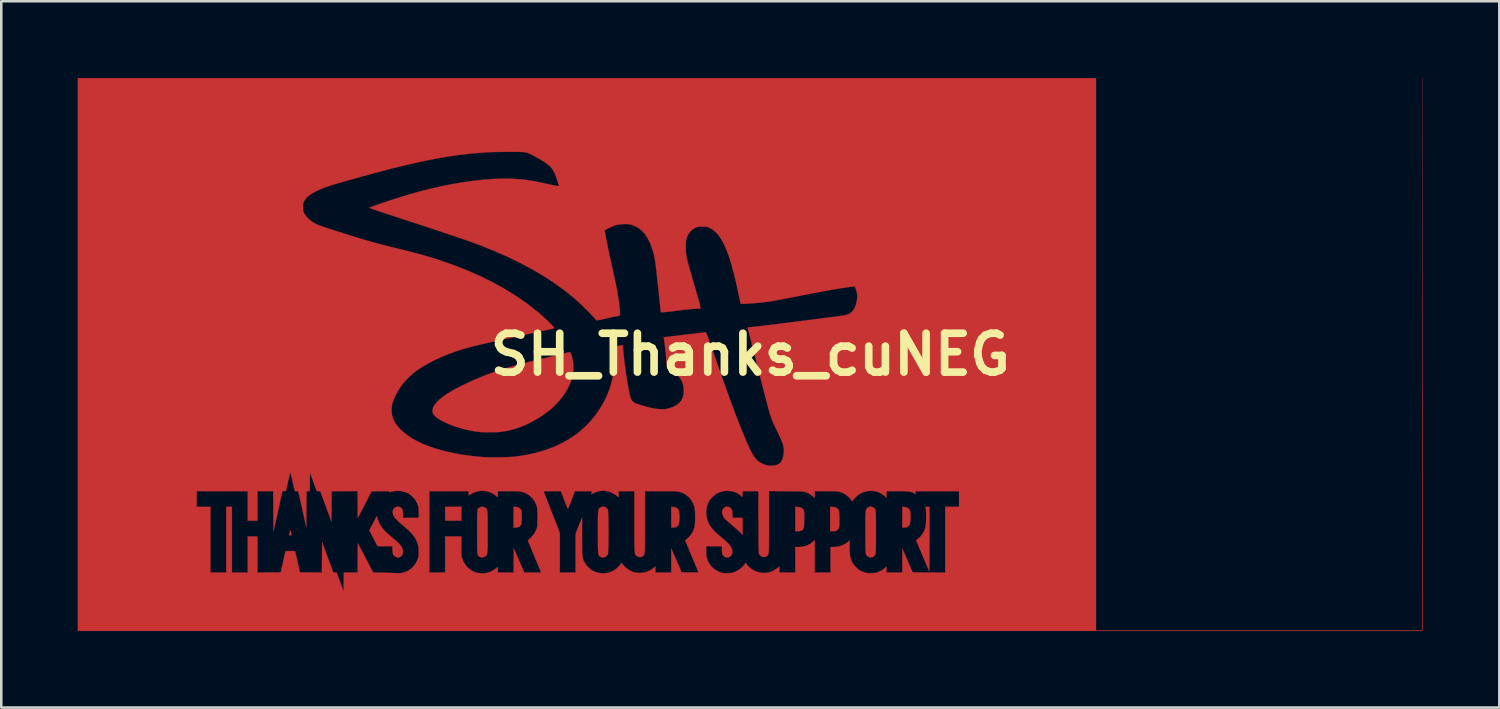
<source format=kicad_pcb>
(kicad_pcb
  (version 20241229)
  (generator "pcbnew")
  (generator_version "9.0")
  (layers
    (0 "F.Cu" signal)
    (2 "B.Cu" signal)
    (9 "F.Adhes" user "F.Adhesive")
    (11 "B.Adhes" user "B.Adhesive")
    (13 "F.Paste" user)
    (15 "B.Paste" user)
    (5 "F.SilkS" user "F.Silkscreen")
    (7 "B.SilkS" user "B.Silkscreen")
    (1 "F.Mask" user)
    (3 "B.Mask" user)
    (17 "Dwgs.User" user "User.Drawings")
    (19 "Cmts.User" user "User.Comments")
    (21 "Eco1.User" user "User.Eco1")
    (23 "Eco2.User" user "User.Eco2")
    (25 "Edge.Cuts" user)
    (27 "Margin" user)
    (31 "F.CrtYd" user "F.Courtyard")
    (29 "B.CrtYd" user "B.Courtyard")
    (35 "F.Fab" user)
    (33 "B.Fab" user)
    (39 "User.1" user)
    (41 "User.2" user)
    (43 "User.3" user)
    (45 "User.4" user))
  (footprint "SH_Thanks_cuNEG"
    (layer "F.Cu")
    (at 26.375 10.853)
    (property "Reference" "SH_Thanks_cuNEG" (at 0 0 0) (layer "F.SilkS") (effects (font (size 1.524 1.524) (thickness 0.3))))
    (attr through_hole)
    (fp_poly (pts (xy -11.323 6.012) (xy -11.326 6.04) (xy -11.329 6.094) (xy -11.332 6.165) (xy -11.333 6.249) (xy -11.333 6.282) (xy -11.333 6.517) (xy -11.969 6.517) (xy -11.969 5.976) (xy -11.313 5.976) (xy -11.323 6.012)) (stroke (width 0.01) (type solid)) (fill yes) (layer "F.Cu"))
    (fp_poly (pts (xy -18.038 6.899) (xy -18.026 6.925) (xy -18.016 6.962) (xy -18.001 7.024) (xy -17.996 7.062) (xy -18.001 7.081) (xy -18.018 7.088) (xy -18.041 7.089) (xy -18.074 7.087) (xy -18.088 7.08) (xy -18.088 7.08) (xy -18.085 7.059) (xy -18.076 7.018) (xy -18.065 6.97) (xy -18.053 6.926) (xy -18.045 6.898) (xy -18.038 6.899)) (stroke (width 0.01) (type solid)) (fill yes) (layer "F.Cu"))
    (fp_poly (pts (xy -3.011 5.98) (xy -2.925 5.997) (xy -2.861 6.036) (xy -2.813 6.097) (xy -2.809 6.105) (xy -2.795 6.151) (xy -2.786 6.221) (xy -2.78 6.306) (xy -2.779 6.398) (xy -2.782 6.49) (xy -2.789 6.572) (xy -2.8 6.638) (xy -2.812 6.673) (xy -2.859 6.735) (xy -2.925 6.773) (xy -3.01 6.787) (xy -3.019 6.787) (xy -3.099 6.787) (xy -3.099 5.973) (xy -3.011 5.98)) (stroke (width 0.01) (type solid)) (fill yes) (layer "F.Cu"))
    (fp_poly (pts (xy 6.049 5.98) (xy 6.135 5.997) (xy 6.199 6.036) (xy 6.247 6.097) (xy 6.251 6.105) (xy 6.265 6.152) (xy 6.275 6.223) (xy 6.28 6.309) (xy 6.281 6.402) (xy 6.277 6.493) (xy 6.269 6.575) (xy 6.257 6.64) (xy 6.247 6.667) (xy 6.202 6.732) (xy 6.142 6.771) (xy 6.061 6.787) (xy 6.042 6.787) (xy 5.961 6.787) (xy 5.961 5.973) (xy 6.049 5.98)) (stroke (width 0.01) (type solid)) (fill yes) (layer "F.Cu"))
    (fp_poly (pts (xy -9.13 5.988) (xy -9.058 6.02) (xy -9.004 6.068) (xy -8.993 6.085) (xy -8.98 6.123) (xy -8.971 6.185) (xy -8.965 6.264) (xy -8.962 6.353) (xy -8.963 6.444) (xy -8.966 6.53) (xy -8.973 6.604) (xy -8.982 6.658) (xy -8.989 6.677) (xy -9.037 6.736) (xy -9.106 6.773) (xy -9.193 6.787) (xy -9.199 6.787) (xy -9.283 6.787) (xy -9.283 5.976) (xy -9.21 5.976) (xy -9.13 5.988)) (stroke (width 0.01) (type solid)) (fill yes) (layer "F.Cu"))
    (fp_poly (pts (xy 1.856 5.977) (xy 1.949 5.988) (xy 2.022 6.024) (xy 2.078 6.084) (xy 2.082 6.092) (xy 2.093 6.112) (xy 2.102 6.136) (xy 2.107 6.168) (xy 2.111 6.213) (xy 2.113 6.276) (xy 2.114 6.362) (xy 2.114 6.45) (xy 2.113 6.573) (xy 2.11 6.669) (xy 2.104 6.742) (xy 2.094 6.796) (xy 2.079 6.836) (xy 2.059 6.865) (xy 2.031 6.888) (xy 2.016 6.898) (xy 1.964 6.92) (xy 1.897 6.929) (xy 1.864 6.93) (xy 1.764 6.93) (xy 1.764 5.976) (xy 1.856 5.977)) (stroke (width 0.01) (type solid)) (fill yes) (layer "F.Cu"))
    (fp_poly (pts (xy 3.223 5.976) (xy 3.321 5.988) (xy 3.397 6.022) (xy 3.452 6.08) (xy 3.457 6.088) (xy 3.469 6.111) (xy 3.477 6.139) (xy 3.484 6.176) (xy 3.488 6.227) (xy 3.491 6.298) (xy 3.494 6.394) (xy 3.494 6.423) (xy 3.496 6.546) (xy 3.494 6.643) (xy 3.488 6.716) (xy 3.478 6.772) (xy 3.462 6.815) (xy 3.44 6.849) (xy 3.411 6.879) (xy 3.409 6.881) (xy 3.376 6.907) (xy 3.345 6.922) (xy 3.305 6.929) (xy 3.245 6.93) (xy 3.242 6.93) (xy 3.131 6.93) (xy 3.131 5.976) (xy 3.223 5.976)) (stroke (width 0.01) (type solid)) (fill yes) (layer "F.Cu"))
    (fp_poly (pts (xy -14.615 6.447) (xy -14.582 6.542) (xy -14.545 6.629) (xy -14.5 6.711) (xy -14.445 6.791) (xy -14.376 6.872) (xy -14.292 6.959) (xy -14.189 7.054) (xy -14.064 7.161) (xy -13.953 7.252) (xy -13.837 7.353) (xy -13.748 7.445) (xy -13.684 7.53) (xy -13.644 7.612) (xy -13.624 7.694) (xy -13.622 7.736) (xy -13.634 7.818) (xy -13.668 7.884) (xy -13.719 7.932) (xy -13.78 7.958) (xy -13.848 7.959) (xy -13.918 7.932) (xy -13.926 7.927) (xy -13.976 7.883) (xy -14.01 7.828) (xy -14.029 7.755) (xy -14.035 7.659) (xy -14.035 7.649) (xy -14.035 7.518) (xy -14.618 7.518) (xy -14.779 7.209) (xy -14.94 6.899) (xy -14.795 6.618) (xy -14.649 6.338) (xy -14.615 6.447)) (stroke (width 0.01) (type solid)) (fill yes) (layer "F.Cu"))
    (fp_poly (pts (xy 7.026 7.24) (xy 7.025 7.437) (xy 7.025 7.625) (xy 7.025 7.801) (xy 7.025 7.963) (xy 7.024 8.108) (xy 7.023 8.235) (xy 7.023 8.339) (xy 7.022 8.42) (xy 7.021 8.475) (xy 7.02 8.502) (xy 7.02 8.504) (xy 7.013 8.49) (xy 6.995 8.449) (xy 6.967 8.385) (xy 6.931 8.302) (xy 6.888 8.201) (xy 6.839 8.085) (xy 6.786 7.959) (xy 6.76 7.896) (xy 6.505 7.288) (xy 6.547 7.257) (xy 6.651 7.164) (xy 6.743 7.051) (xy 6.816 6.925) (xy 6.866 6.794) (xy 6.881 6.724) (xy 6.888 6.664) (xy 6.893 6.582) (xy 6.896 6.484) (xy 6.897 6.379) (xy 6.896 6.275) (xy 6.894 6.18) (xy 6.89 6.102) (xy 6.884 6.052) (xy 6.872 5.976) (xy 7.026 5.976) (xy 7.026 7.24)) (stroke (width 0.01) (type solid)) (fill yes) (layer "F.Cu"))
    (fp_poly (pts (xy -0.857 5.971) (xy -0.814 5.992) (xy -0.763 6.032) (xy -0.728 6.081) (xy -0.708 6.145) (xy -0.7 6.231) (xy -0.699 6.267) (xy -0.699 6.406) (xy -0.302 6.406) (xy -0.302 6.739) (xy -0.302 6.839) (xy -0.303 6.926) (xy -0.304 6.997) (xy -0.306 7.047) (xy -0.307 7.072) (xy -0.308 7.073) (xy -0.32 7.062) (xy -0.347 7.033) (xy -0.375 6.999) (xy -0.405 6.967) (xy -0.455 6.919) (xy -0.521 6.859) (xy -0.598 6.792) (xy -0.68 6.722) (xy -0.706 6.7) (xy -0.788 6.631) (xy -0.865 6.564) (xy -0.931 6.504) (xy -0.982 6.455) (xy -1.014 6.42) (xy -1.021 6.412) (xy -1.078 6.312) (xy -1.106 6.22) (xy -1.106 6.137) (xy -1.078 6.066) (xy -1.022 6.007) (xy -0.982 5.983) (xy -0.919 5.963) (xy -0.857 5.971)) (stroke (width 0.01) (type solid)) (fill yes) (layer "F.Cu"))
    (fp_poly (pts (xy -5.72 5.974) (xy -5.656 6.006) (xy -5.604 6.061) (xy -5.585 6.098) (xy -5.58 6.127) (xy -5.575 6.184) (xy -5.571 6.265) (xy -5.568 6.366) (xy -5.565 6.485) (xy -5.563 6.616) (xy -5.562 6.756) (xy -5.561 6.901) (xy -5.561 7.048) (xy -5.562 7.193) (xy -5.563 7.332) (xy -5.565 7.461) (xy -5.568 7.576) (xy -5.572 7.674) (xy -5.576 7.751) (xy -5.581 7.803) (xy -5.585 7.825) (xy -5.628 7.892) (xy -5.686 7.938) (xy -5.754 7.959) (xy -5.824 7.955) (xy -5.878 7.93) (xy -5.899 7.916) (xy -5.916 7.903) (xy -5.931 7.888) (xy -5.943 7.868) (xy -5.953 7.841) (xy -5.961 7.804) (xy -5.967 7.754) (xy -5.971 7.69) (xy -5.974 7.608) (xy -5.975 7.505) (xy -5.976 7.38) (xy -5.976 7.229) (xy -5.976 7.05) (xy -5.976 6.961) (xy -5.977 6.769) (xy -5.976 6.606) (xy -5.976 6.47) (xy -5.975 6.358) (xy -5.972 6.267) (xy -5.968 6.195) (xy -5.963 6.139) (xy -5.956 6.097) (xy -5.946 6.066) (xy -5.934 6.044) (xy -5.919 6.027) (xy -5.9 6.014) (xy -5.878 6.002) (xy -5.862 5.992) (xy -5.791 5.969) (xy -5.72 5.974)) (stroke (width 0.01) (type solid)) (fill yes) (layer "F.Cu"))
    (fp_poly (pts (xy -10.45 5.976) (xy -10.387 6.011) (xy -10.368 6.026) (xy -10.352 6.042) (xy -10.339 6.06) (xy -10.329 6.084) (xy -10.32 6.116) (xy -10.313 6.159) (xy -10.308 6.216) (xy -10.305 6.288) (xy -10.302 6.38) (xy -10.301 6.492) (xy -10.3 6.629) (xy -10.3 6.793) (xy -10.3 6.965) (xy -10.3 7.156) (xy -10.3 7.317) (xy -10.301 7.451) (xy -10.302 7.562) (xy -10.305 7.652) (xy -10.309 7.723) (xy -10.315 7.778) (xy -10.323 7.82) (xy -10.333 7.851) (xy -10.346 7.874) (xy -10.362 7.892) (xy -10.381 7.908) (xy -10.403 7.923) (xy -10.41 7.927) (xy -10.481 7.958) (xy -10.553 7.957) (xy -10.613 7.932) (xy -10.634 7.919) (xy -10.652 7.907) (xy -10.667 7.892) (xy -10.68 7.872) (xy -10.689 7.844) (xy -10.697 7.807) (xy -10.703 7.757) (xy -10.707 7.692) (xy -10.71 7.609) (xy -10.712 7.506) (xy -10.713 7.38) (xy -10.713 7.228) (xy -10.713 7.048) (xy -10.713 6.961) (xy -10.713 6.768) (xy -10.713 6.605) (xy -10.712 6.468) (xy -10.711 6.355) (xy -10.709 6.263) (xy -10.705 6.191) (xy -10.699 6.135) (xy -10.692 6.092) (xy -10.682 6.061) (xy -10.669 6.039) (xy -10.654 6.022) (xy -10.635 6.01) (xy -10.612 5.998) (xy -10.596 5.989) (xy -10.522 5.967) (xy -10.45 5.976)) (stroke (width 0.01) (type solid)) (fill yes) (layer "F.Cu"))
    (fp_poly (pts (xy 4.813 5.992) (xy 4.837 6.006) (xy 4.858 6.018) (xy 4.875 6.032) (xy 4.889 6.05) (xy 4.9 6.075) (xy 4.909 6.11) (xy 4.916 6.156) (xy 4.921 6.217) (xy 4.924 6.295) (xy 4.926 6.392) (xy 4.927 6.512) (xy 4.927 6.657) (xy 4.927 6.83) (xy 4.927 6.961) (xy 4.927 7.154) (xy 4.927 7.317) (xy 4.927 7.453) (xy 4.925 7.566) (xy 4.923 7.657) (xy 4.919 7.729) (xy 4.914 7.785) (xy 4.908 7.827) (xy 4.899 7.858) (xy 4.887 7.881) (xy 4.873 7.898) (xy 4.857 7.911) (xy 4.837 7.924) (xy 4.827 7.93) (xy 4.755 7.959) (xy 4.686 7.956) (xy 4.624 7.927) (xy 4.6 7.912) (xy 4.58 7.896) (xy 4.564 7.879) (xy 4.55 7.858) (xy 4.54 7.829) (xy 4.531 7.79) (xy 4.525 7.738) (xy 4.52 7.671) (xy 4.517 7.587) (xy 4.515 7.481) (xy 4.515 7.353) (xy 4.514 7.199) (xy 4.514 7.016) (xy 4.514 6.965) (xy 4.514 6.775) (xy 4.514 6.614) (xy 4.515 6.48) (xy 4.517 6.369) (xy 4.519 6.28) (xy 4.523 6.209) (xy 4.528 6.154) (xy 4.535 6.112) (xy 4.544 6.081) (xy 4.555 6.058) (xy 4.568 6.04) (xy 4.584 6.025) (xy 4.601 6.011) (xy 4.67 5.973) (xy 4.741 5.967) (xy 4.813 5.992)) (stroke (width 0.01) (type solid)) (fill yes) (layer "F.Cu"))
    (fp_poly (pts (xy -7.058 -0.08) (xy -7.037 -0.039) (xy -7.015 0.024) (xy -6.993 0.103) (xy -6.973 0.193) (xy -6.956 0.289) (xy -6.946 0.361) (xy -6.937 0.559) (xy -6.959 0.762) (xy -7.008 0.968) (xy -7.085 1.176) (xy -7.188 1.382) (xy -7.315 1.585) (xy -7.466 1.782) (xy -7.639 1.971) (xy -7.833 2.15) (xy -7.983 2.27) (xy -8.28 2.476) (xy -8.584 2.651) (xy -8.892 2.796) (xy -9.205 2.909) (xy -9.523 2.991) (xy -9.791 3.035) (xy -9.848 3.04) (xy -9.93 3.044) (xy -10.03 3.047) (xy -10.14 3.048) (xy -10.254 3.049) (xy -10.365 3.048) (xy -10.465 3.047) (xy -10.547 3.044) (xy -10.594 3.041) (xy -10.752 3.021) (xy -10.929 2.99) (xy -11.115 2.951) (xy -11.301 2.906) (xy -11.475 2.856) (xy -11.62 2.808) (xy -11.821 2.731) (xy -11.996 2.652) (xy -12.145 2.574) (xy -12.267 2.496) (xy -12.361 2.42) (xy -12.424 2.345) (xy -12.458 2.274) (xy -12.464 2.184) (xy -12.441 2.089) (xy -12.387 1.988) (xy -12.306 1.883) (xy -12.197 1.774) (xy -12.061 1.662) (xy -11.899 1.548) (xy -11.712 1.433) (xy -11.501 1.317) (xy -11.467 1.3) (xy -11.175 1.156) (xy -10.887 1.022) (xy -10.6 0.899) (xy -10.31 0.784) (xy -10.013 0.676) (xy -9.704 0.574) (xy -9.38 0.476) (xy -9.036 0.38) (xy -8.668 0.286) (xy -8.273 0.193) (xy -8.265 0.191) (xy -8.142 0.162) (xy -7.998 0.128) (xy -7.844 0.091) (xy -7.69 0.054) (xy -7.547 0.019) (xy -7.499 0.007) (xy -7.389 -0.021) (xy -7.29 -0.045) (xy -7.204 -0.066) (xy -7.137 -0.082) (xy -7.093 -0.092) (xy -7.075 -0.095) (xy -7.058 -0.08)) (stroke (width 0.01) (type solid)) (fill yes) (layer "F.Cu"))
    (fp_poly (pts (xy 26.366 -0.004) (xy 26.37 10.84) (xy -26.37 10.84) (xy -26.37 5.357) (xy -21.712 5.357) (xy -21.712 5.976) (xy -21.172 5.976) (xy -21.172 8.551) (xy -20.552 8.551) (xy -20.552 5.976) (xy -20.33 5.976) (xy -20.33 8.551) (xy -19.71 8.551) (xy -19.71 7.137) (xy -19.328 7.137) (xy -19.328 8.552) (xy -18.872 8.548) (xy -18.415 8.543) (xy -18.355 8.273) (xy -18.332 8.171) (xy -18.309 8.067) (xy -18.287 7.97) (xy -18.269 7.89) (xy -18.261 7.856) (xy -18.227 7.709) (xy -18.039 7.709) (xy -17.965 7.709) (xy -17.905 7.71) (xy -17.865 7.711) (xy -17.849 7.713) (xy -17.849 7.713) (xy -17.846 7.729) (xy -17.837 7.772) (xy -17.822 7.838) (xy -17.803 7.922) (xy -17.781 8.021) (xy -17.757 8.13) (xy -17.665 8.543) (xy -17.233 8.548) (xy -16.801 8.552) (xy -16.793 7.362) (xy -16.576 7.953) (xy -16.36 8.543) (xy -16.29 8.548) (xy -16.221 8.553) (xy -16.086 8.923) (xy -15.95 9.294) (xy -15.946 8.923) (xy -15.942 8.551) (xy -15.403 8.551) (xy -15.394 7.399) (xy -15.092 7.974) (xy -14.791 8.549) (xy -14.385 8.558) (xy -14.267 8.561) (xy -14.152 8.564) (xy -14.046 8.568) (xy -13.956 8.571) (xy -13.888 8.574) (xy -13.857 8.576) (xy -13.726 8.577) (xy -13.606 8.556) (xy -13.484 8.511) (xy -13.447 8.494) (xy -13.318 8.412) (xy -13.206 8.305) (xy -13.114 8.179) (xy -13.046 8.036) (xy -13.027 7.98) (xy -13.012 7.904) (xy -13.004 7.808) (xy -13.003 7.703) (xy -13.009 7.599) (xy -13.022 7.51) (xy -13.025 7.494) (xy -13.066 7.36) (xy -13.125 7.234) (xy -13.204 7.111) (xy -13.307 6.988) (xy -13.435 6.862) (xy -13.574 6.743) (xy -13.695 6.642) (xy -13.793 6.557) (xy -13.869 6.483) (xy -13.927 6.419) (xy -13.969 6.36) (xy -13.999 6.304) (xy -14.017 6.247) (xy -14.02 6.237) (xy -14.026 6.151) (xy -14.005 6.078) (xy -13.954 6.017) (xy -13.884 5.976) (xy -13.811 5.966) (xy -13.741 5.986) (xy -13.69 6.017) (xy -13.655 6.057) (xy -13.634 6.112) (xy -13.624 6.188) (xy -13.622 6.259) (xy -13.622 6.406) (xy -13.002 6.406) (xy -13.002 6.219) (xy -13.004 6.137) (xy -13.008 6.059) (xy -13.014 5.995) (xy -13.019 5.961) (xy -13.063 5.835) (xy -13.132 5.712) (xy -13.222 5.599) (xy -13.326 5.503) (xy -13.425 5.44) (xy -13.573 5.379) (xy -13.683 5.357) (xy -12.589 5.357) (xy -12.589 8.551) (xy -11.969 8.551) (xy -11.969 7.137) (xy -11.333 7.137) (xy -11.333 7.515) (xy -11.333 7.645) (xy -11.331 7.748) (xy -11.328 7.828) (xy -11.324 7.889) (xy -11.318 7.936) (xy -11.31 7.974) (xy -11.308 7.98) (xy -11.249 8.128) (xy -11.165 8.261) (xy -11.059 8.376) (xy -10.934 8.468) (xy -10.796 8.536) (xy -10.727 8.558) (xy -10.634 8.575) (xy -10.526 8.581) (xy -10.416 8.578) (xy -10.328 8.566) (xy -10.194 8.523) (xy -10.064 8.453) (xy -9.988 8.398) (xy -9.903 8.329) (xy -9.903 8.551) (xy -9.283 8.551) (xy -9.279 8.076) (xy -9.275 7.601) (xy -9.07 8.076) (xy -8.865 8.551) (xy -8.203 8.551) (xy -8.216 8.516) (xy -8.225 8.494) (xy -8.245 8.445) (xy -8.275 8.375) (xy -8.312 8.285) (xy -8.356 8.179) (xy -8.406 8.06) (xy -8.459 7.932) (xy -8.478 7.888) (xy -8.725 7.296) (xy -8.599 7.172) (xy -8.499 7.06) (xy -8.427 6.948) (xy -8.378 6.83) (xy -8.36 6.759) (xy -8.353 6.708) (xy -8.349 6.629) (xy -8.347 6.524) (xy -8.347 6.398) (xy -8.348 6.329) (xy -8.35 6.214) (xy -8.353 6.125) (xy -8.356 6.057) (xy -8.361 6.006) (xy -8.368 5.966) (xy -8.376 5.932) (xy -8.388 5.899) (xy -8.391 5.892) (xy -8.465 5.745) (xy -8.563 5.618) (xy -8.682 5.514) (xy -8.819 5.434) (xy -8.972 5.381) (xy -9.018 5.371) (xy -9.056 5.367) (xy -9.119 5.364) (xy -9.155 5.362) (xy -8.106 5.362) (xy -8.101 5.378) (xy -8.085 5.42) (xy -8.059 5.487) (xy -8.025 5.575) (xy -7.983 5.682) (xy -7.936 5.805) (xy -7.882 5.941) (xy -7.825 6.088) (xy -7.788 6.182) (xy -7.471 6.995) (xy -7.471 8.551) (xy -6.851 8.551) (xy -6.851 7.027) (xy -6.724 6.705) (xy -6.597 6.382) (xy -6.597 7.129) (xy -6.597 7.315) (xy -6.596 7.472) (xy -6.595 7.604) (xy -6.593 7.713) (xy -6.589 7.802) (xy -6.584 7.876) (xy -6.577 7.936) (xy -6.568 7.986) (xy -6.556 8.029) (xy -6.542 8.068) (xy -6.525 8.106) (xy -6.504 8.146) (xy -6.497 8.158) (xy -6.44 8.246) (xy -6.362 8.335) (xy -6.275 8.415) (xy -6.188 8.476) (xy -6.18 8.48) (xy -6.038 8.541) (xy -5.884 8.575) (xy -5.726 8.582) (xy -5.592 8.566) (xy -5.465 8.525) (xy -5.339 8.46) (xy -5.223 8.374) (xy -5.126 8.276) (xy -5.096 8.235) (xy -5.051 8.171) (xy -4.991 8.247) (xy -4.878 8.366) (xy -4.748 8.459) (xy -4.603 8.524) (xy -4.447 8.56) (xy -4.331 8.567) (xy -4.182 8.555) (xy -4.044 8.518) (xy -3.912 8.452) (xy -3.811 8.382) (xy -3.719 8.311) (xy -3.719 8.551) (xy -3.099 8.551) (xy -3.099 8.079) (xy -3.099 7.606) (xy -2.896 8.075) (xy -2.693 8.543) (xy -2.364 8.548) (xy -2.265 8.549) (xy -2.179 8.548) (xy -2.108 8.547) (xy -2.059 8.544) (xy -2.036 8.541) (xy -2.035 8.54) (xy -2.041 8.523) (xy -2.058 8.48) (xy -2.084 8.414) (xy -2.12 8.328) (xy -2.162 8.225) (xy -2.211 8.108) (xy -2.264 7.98) (xy -2.295 7.908) (xy -2.458 7.518) (xy -1.733 7.518) (xy -1.733 7.698) (xy -1.73 7.803) (xy -1.721 7.897) (xy -1.709 7.968) (xy -1.708 7.971) (xy -1.654 8.117) (xy -1.574 8.25) (xy -1.47 8.366) (xy -1.348 8.461) (xy -1.209 8.531) (xy -1.127 8.558) (xy -1.038 8.574) (xy -0.934 8.581) (xy -0.828 8.579) (xy -0.733 8.567) (xy -0.701 8.56) (xy -0.581 8.516) (xy -0.463 8.452) (xy -0.355 8.373) (xy -0.266 8.285) (xy -0.22 8.222) (xy -0.185 8.165) (xy -0.161 8.203) (xy -0.118 8.259) (xy -0.056 8.322) (xy 0.015 8.384) (xy 0.086 8.438) (xy 0.141 8.471) (xy 0.298 8.533) (xy 0.456 8.565) (xy 0.613 8.565) (xy 0.767 8.534) (xy 0.916 8.473) (xy 1.058 8.381) (xy 1.062 8.377) (xy 1.144 8.312) (xy 1.144 8.551) (xy 1.764 8.551) (xy 1.764 7.55) (xy 1.895 7.55) (xy 2.062 7.536) (xy 2.214 7.493) (xy 2.351 7.423) (xy 2.447 7.349) (xy 2.527 7.277) (xy 2.527 8.551) (xy 3.147 8.551) (xy 3.147 7.55) (xy 3.271 7.55) (xy 3.434 7.535) (xy 3.589 7.491) (xy 3.732 7.42) (xy 3.83 7.348) (xy 3.894 7.293) (xy 3.895 7.561) (xy 3.897 7.702) (xy 3.903 7.817) (xy 3.915 7.913) (xy 3.933 7.996) (xy 3.959 8.071) (xy 3.99 8.14) (xy 4.043 8.224) (xy 4.115 8.311) (xy 4.198 8.392) (xy 4.283 8.458) (xy 4.339 8.492) (xy 4.489 8.549) (xy 4.642 8.578) (xy 4.796 8.58) (xy 4.946 8.555) (xy 5.087 8.503) (xy 5.215 8.425) (xy 5.273 8.377) (xy 5.341 8.314) (xy 5.341 8.551) (xy 5.961 8.551) (xy 5.961 8.079) (xy 5.961 7.606) (xy 6.164 8.075) (xy 6.366 8.543) (xy 7.006 8.548) (xy 7.645 8.552) (xy 7.645 5.976) (xy 8.186 5.976) (xy 8.186 5.357) (xy 6.485 5.357) (xy 6.485 5.468) (xy 6.422 5.436) (xy 6.372 5.413) (xy 6.321 5.395) (xy 6.262 5.381) (xy 6.192 5.371) (xy 6.108 5.364) (xy 6.003 5.36) (xy 5.875 5.357) (xy 5.75 5.357) (xy 5.341 5.357) (xy 5.341 5.617) (xy 5.281 5.56) (xy 5.161 5.466) (xy 5.028 5.399) (xy 4.887 5.358) (xy 4.741 5.343) (xy 4.594 5.354) (xy 4.451 5.39) (xy 4.316 5.451) (xy 4.192 5.537) (xy 4.084 5.647) (xy 4.073 5.66) (xy 3.999 5.756) (xy 3.968 5.711) (xy 3.912 5.644) (xy 3.839 5.573) (xy 3.758 5.508) (xy 3.681 5.458) (xy 3.676 5.456) (xy 3.622 5.428) (xy 3.569 5.406) (xy 3.513 5.389) (xy 3.45 5.377) (xy 3.376 5.368) (xy 3.286 5.362) (xy 3.175 5.358) (xy 3.04 5.357) (xy 2.952 5.357) (xy 2.527 5.357) (xy 2.527 5.633) (xy 2.468 5.576) (xy 2.373 5.5) (xy 2.261 5.436) (xy 2.186 5.403) (xy 2.162 5.394) (xy 2.139 5.386) (xy 2.114 5.38) (xy 2.084 5.375) (xy 2.045 5.371) (xy 1.994 5.368) (xy 1.928 5.366) (xy 1.844 5.364) (xy 1.738 5.363) (xy 1.608 5.361) (xy 1.45 5.36) (xy 1.411 5.36) (xy 0.731 5.355) (xy 0.731 6.572) (xy 0.731 6.804) (xy 0.731 7.006) (xy 0.731 7.181) (xy 0.73 7.33) (xy 0.729 7.456) (xy 0.727 7.561) (xy 0.725 7.646) (xy 0.721 7.715) (xy 0.716 7.769) (xy 0.71 7.811) (xy 0.703 7.842) (xy 0.693 7.864) (xy 0.682 7.88) (xy 0.669 7.893) (xy 0.654 7.903) (xy 0.637 7.913) (xy 0.631 7.916) (xy 0.561 7.942) (xy 0.488 7.939) (xy 0.42 7.909) (xy 0.363 7.854) (xy 0.355 7.842) (xy 0.349 7.832) (xy 0.345 7.819) (xy 0.341 7.801) (xy 0.337 7.775) (xy 0.334 7.739) (xy 0.332 7.692) (xy 0.33 7.63) (xy 0.328 7.553) (xy 0.326 7.456) (xy 0.325 7.34) (xy 0.324 7.2) (xy 0.323 7.036) (xy 0.322 6.845) (xy 0.322 6.624) (xy 0.321 6.577) (xy 0.317 5.357) (xy -0.301 5.357) (xy -0.305 5.471) (xy -0.31 5.585) (xy -0.366 5.537) (xy -0.492 5.448) (xy -0.631 5.386) (xy -0.778 5.352) (xy -0.928 5.344) (xy -1.077 5.362) (xy -1.221 5.408) (xy -1.357 5.479) (xy -1.479 5.577) (xy -1.488 5.586) (xy -1.591 5.709) (xy -1.665 5.842) (xy -1.711 5.989) (xy -1.729 6.15) (xy -1.728 6.239) (xy -1.714 6.371) (xy -1.685 6.493) (xy -1.639 6.61) (xy -1.574 6.723) (xy -1.487 6.838) (xy -1.377 6.956) (xy -1.241 7.081) (xy -1.129 7.176) (xy -1.009 7.277) (xy -0.913 7.364) (xy -0.838 7.44) (xy -0.783 7.509) (xy -0.744 7.573) (xy -0.719 7.636) (xy -0.705 7.702) (xy -0.705 7.708) (xy -0.707 7.791) (xy -0.733 7.86) (xy -0.777 7.913) (xy -0.833 7.947) (xy -0.897 7.961) (xy -0.963 7.952) (xy -1.027 7.919) (xy -1.082 7.859) (xy -1.082 7.858) (xy -1.098 7.828) (xy -1.107 7.788) (xy -1.111 7.732) (xy -1.113 7.665) (xy -1.113 7.518) (xy -1.733 7.518) (xy -2.458 7.518) (xy -2.555 7.288) (xy -2.513 7.257) (xy -2.405 7.161) (xy -2.312 7.046) (xy -2.239 6.918) (xy -2.191 6.786) (xy -2.185 6.76) (xy -2.175 6.69) (xy -2.168 6.597) (xy -2.163 6.489) (xy -2.162 6.373) (xy -2.164 6.258) (xy -2.168 6.152) (xy -2.176 6.062) (xy -2.185 6.006) (xy -2.23 5.863) (xy -2.301 5.729) (xy -2.395 5.611) (xy -2.506 5.513) (xy -2.588 5.462) (xy -2.637 5.437) (xy -2.683 5.417) (xy -2.728 5.4) (xy -2.777 5.387) (xy -2.834 5.376) (xy -2.901 5.369) (xy -2.982 5.363) (xy -3.081 5.36) (xy -3.201 5.358) (xy -3.346 5.357) (xy -3.517 5.357) (xy -4.133 5.357) (xy -4.133 6.573) (xy -4.133 6.805) (xy -4.133 7.007) (xy -4.133 7.182) (xy -4.133 7.331) (xy -4.135 7.456) (xy -4.136 7.561) (xy -4.139 7.647) (xy -4.143 7.716) (xy -4.148 7.77) (xy -4.154 7.811) (xy -4.161 7.842) (xy -4.171 7.864) (xy -4.182 7.88) (xy -4.195 7.893) (xy -4.21 7.903) (xy -4.227 7.913) (xy -4.233 7.916) (xy -4.305 7.944) (xy -4.377 7.939) (xy -4.436 7.911) (xy -4.456 7.898) (xy -4.473 7.887) (xy -4.488 7.874) (xy -4.501 7.858) (xy -4.512 7.837) (xy -4.521 7.808) (xy -4.528 7.77) (xy -4.533 7.72) (xy -4.538 7.656) (xy -4.541 7.576) (xy -4.543 7.478) (xy -4.545 7.359) (xy -4.546 7.218) (xy -4.546 7.052) (xy -4.546 6.86) (xy -4.546 6.638) (xy -4.546 6.561) (xy -4.546 5.357) (xy -5.166 5.357) (xy -5.166 5.596) (xy -5.248 5.531) (xy -5.389 5.438) (xy -5.536 5.376) (xy -5.688 5.345) (xy -5.843 5.345) (xy -6 5.377) (xy -6.13 5.427) (xy -6.244 5.481) (xy -6.222 5.419) (xy -6.2 5.357) (xy -6.877 5.357) (xy -7.01 5.699) (xy -7.048 5.797) (xy -7.082 5.884) (xy -7.112 5.957) (xy -7.135 6.011) (xy -7.149 6.042) (xy -7.152 6.048) (xy -7.161 6.036) (xy -7.179 5.998) (xy -7.204 5.938) (xy -7.236 5.86) (xy -7.272 5.769) (xy -7.297 5.706) (xy -7.43 5.357) (xy -7.768 5.357) (xy -7.868 5.357) (xy -7.956 5.358) (xy -8.028 5.359) (xy -8.079 5.36) (xy -8.104 5.362) (xy -8.106 5.362) (xy -9.155 5.362) (xy -9.204 5.361) (xy -9.305 5.358) (xy -9.416 5.357) (xy -9.499 5.357) (xy -9.903 5.357) (xy -9.903 5.596) (xy -9.985 5.531) (xy -10.124 5.44) (xy -10.271 5.379) (xy -10.424 5.347) (xy -10.579 5.345) (xy -10.733 5.374) (xy -10.883 5.433) (xy -10.963 5.478) (xy -11.047 5.531) (xy -11.047 5.357) (xy -12.589 5.357) (xy -13.683 5.357) (xy -13.727 5.348) (xy -13.888 5.347) (xy -14.057 5.377) (xy -14.127 5.397) (xy -14.152 5.401) (xy -14.155 5.389) (xy -14.153 5.382) (xy -14.152 5.374) (xy -14.159 5.367) (xy -14.178 5.363) (xy -14.212 5.36) (xy -14.265 5.359) (xy -14.341 5.359) (xy -14.444 5.36) (xy -14.497 5.36) (xy -14.852 5.365) (xy -15.123 5.889) (xy -15.394 6.413) (xy -15.403 5.357) (xy -16.419 5.357) (xy -16.423 5.953) (xy -16.427 6.55) (xy -16.601 6.077) (xy -16.646 5.954) (xy -16.689 5.835) (xy -16.73 5.724) (xy -16.766 5.627) (xy -16.795 5.548) (xy -16.816 5.493) (xy -16.821 5.48) (xy -16.867 5.357) (xy -17.002 5.357) (xy -17.136 4.991) (xy -17.27 4.626) (xy -17.278 5.357) (xy -17.405 5.357) (xy -17.409 6.067) (xy -17.413 6.777) (xy -17.57 6.067) (xy -17.728 5.357) (xy -17.796 5.357) (xy -17.818 5.357) (xy -17.835 5.357) (xy -17.848 5.353) (xy -17.86 5.341) (xy -17.871 5.319) (xy -17.883 5.282) (xy -17.897 5.227) (xy -17.914 5.152) (xy -17.936 5.052) (xy -17.963 4.931) (xy -17.984 4.838) (xy -18.003 4.756) (xy -18.02 4.69) (xy -18.032 4.645) (xy -18.04 4.626) (xy -18.04 4.625) (xy -18.046 4.64) (xy -18.058 4.682) (xy -18.074 4.746) (xy -18.094 4.828) (xy -18.116 4.924) (xy -18.13 4.987) (xy -18.209 5.349) (xy -18.28 5.353) (xy -18.351 5.358) (xy -18.525 6.147) (xy -18.7 6.937) (xy -18.704 6.147) (xy -18.709 5.357) (xy -19.328 5.357) (xy -19.328 6.517) (xy -19.71 6.517) (xy -19.71 5.357) (xy -21.712 5.357) (xy -26.37 5.357) (xy -26.37 -5.778) (xy -17.54 -5.778) (xy -17.539 -5.702) (xy -17.535 -5.648) (xy -17.527 -5.606) (xy -17.512 -5.567) (xy -17.495 -5.533) (xy -17.421 -5.423) (xy -17.322 -5.317) (xy -17.202 -5.22) (xy -17.067 -5.136) (xy -16.926 -5.072) (xy -16.87 -5.051) (xy -16.786 -5.022) (xy -16.673 -4.985) (xy -16.532 -4.938) (xy -16.361 -4.883) (xy -16.161 -4.819) (xy -15.932 -4.746) (xy -15.672 -4.663) (xy -15.593 -4.638) (xy -15.427 -4.587) (xy -15.242 -4.531) (xy -15.047 -4.474) (xy -14.848 -4.418) (xy -14.653 -4.363) (xy -14.469 -4.313) (xy -14.303 -4.269) (xy -14.206 -4.245) (xy -14.093 -4.217) (xy -13.958 -4.184) (xy -13.813 -4.149) (xy -13.667 -4.113) (xy -13.529 -4.08) (xy -13.487 -4.069) (xy -12.87 -3.908) (xy -12.274 -3.729) (xy -11.701 -3.532) (xy -11.151 -3.319) (xy -10.625 -3.089) (xy -10.123 -2.843) (xy -9.647 -2.581) (xy -9.196 -2.303) (xy -8.772 -2.01) (xy -8.376 -1.702) (xy -8.281 -1.623) (xy -8.196 -1.549) (xy -8.108 -1.47) (xy -8.021 -1.389) (xy -7.938 -1.311) (xy -7.861 -1.236) (xy -7.795 -1.169) (xy -7.742 -1.113) (xy -7.705 -1.07) (xy -7.686 -1.043) (xy -7.686 -1.036) (xy -7.708 -1.026) (xy -7.752 -1.013) (xy -7.811 -0.999) (xy -7.828 -0.995) (xy -8.2 -0.914) (xy -8.542 -0.841) (xy -8.857 -0.773) (xy -9.144 -0.71) (xy -9.407 -0.653) (xy -9.646 -0.601) (xy -9.863 -0.553) (xy -10.059 -0.509) (xy -10.237 -0.469) (xy -10.397 -0.433) (xy -10.541 -0.4) (xy -10.671 -0.369) (xy -10.788 -0.341) (xy -10.893 -0.315) (xy -10.988 -0.291) (xy -11.075 -0.267) (xy -11.155 -0.245) (xy -11.23 -0.224) (xy -11.301 -0.202) (xy -11.369 -0.181) (xy -11.437 -0.159) (xy -11.505 -0.136) (xy -11.575 -0.112) (xy -11.579 -0.111) (xy -11.856 -0.01) (xy -12.129 0.104) (xy -12.392 0.226) (xy -12.641 0.355) (xy -12.87 0.488) (xy -13.072 0.622) (xy -13.085 0.631) (xy -13.19 0.712) (xy -13.303 0.811) (xy -13.417 0.918) (xy -13.522 1.027) (xy -13.612 1.129) (xy -13.632 1.154) (xy -13.733 1.295) (xy -13.828 1.446) (xy -13.911 1.601) (xy -13.979 1.751) (xy -14.029 1.891) (xy -14.044 1.947) (xy -14.059 2.042) (xy -14.066 2.153) (xy -14.063 2.266) (xy -14.052 2.369) (xy -14.042 2.42) (xy -13.996 2.554) (xy -13.929 2.683) (xy -13.839 2.809) (xy -13.723 2.935) (xy -13.58 3.064) (xy -13.471 3.15) (xy -13.276 3.282) (xy -13.053 3.406) (xy -12.803 3.522) (xy -12.529 3.627) (xy -12.233 3.722) (xy -11.917 3.807) (xy -11.583 3.879) (xy -11.234 3.94) (xy -10.871 3.987) (xy -10.497 4.022) (xy -10.483 4.023) (xy -10.357 4.029) (xy -10.212 4.033) (xy -10.052 4.035) (xy -9.885 4.034) (xy -9.717 4.031) (xy -9.555 4.025) (xy -9.406 4.018) (xy -9.275 4.009) (xy -9.171 3.999) (xy -8.764 3.934) (xy -8.38 3.849) (xy -8.019 3.742) (xy -7.678 3.613) (xy -7.358 3.461) (xy -7.057 3.287) (xy -6.774 3.09) (xy -6.692 3.025) (xy -6.466 2.825) (xy -6.254 2.603) (xy -6.06 2.361) (xy -5.885 2.105) (xy -5.731 1.837) (xy -5.6 1.562) (xy -5.496 1.282) (xy -5.42 1.002) (xy -5.396 0.882) (xy -5.374 0.704) (xy -5.367 0.512) (xy -5.373 0.314) (xy -5.393 0.122) (xy -5.425 -0.057) (xy -5.451 -0.157) (xy -5.481 -0.254) (xy -5.399 -0.277) (xy -5.346 -0.292) (xy -5.275 -0.311) (xy -5.197 -0.331) (xy -5.163 -0.339) (xy -5.008 -0.378) (xy -5 -0.312) (xy -4.995 -0.273) (xy -4.989 -0.211) (xy -4.981 -0.13) (xy -4.972 -0.041) (xy -4.967 0.008) (xy -4.948 0.192) (xy -4.926 0.381) (xy -4.901 0.571) (xy -4.875 0.759) (xy -4.847 0.941) (xy -4.819 1.114) (xy -4.79 1.274) (xy -4.762 1.419) (xy -4.735 1.545) (xy -4.709 1.648) (xy -4.686 1.725) (xy -4.671 1.761) (xy -4.641 1.811) (xy -4.603 1.852) (xy -4.551 1.888) (xy -4.479 1.921) (xy -4.384 1.955) (xy -4.327 1.974) (xy -4.161 2.023) (xy -4.02 2.062) (xy -3.898 2.092) (xy -3.789 2.114) (xy -3.689 2.129) (xy -3.592 2.138) (xy -3.545 2.141) (xy -3.452 2.144) (xy -3.382 2.144) (xy -3.323 2.139) (xy -3.264 2.129) (xy -3.211 2.116) (xy -3.053 2.065) (xy -2.916 1.998) (xy -2.804 1.916) (xy -2.717 1.821) (xy -2.658 1.715) (xy -2.655 1.709) (xy -2.622 1.583) (xy -2.609 1.443) (xy -2.616 1.299) (xy -2.642 1.161) (xy -2.686 1.041) (xy -2.736 0.954) (xy -2.798 0.874) (xy -2.878 0.795) (xy -2.98 0.714) (xy -3.067 0.653) (xy -3.135 0.606) (xy -3.194 0.564) (xy -3.239 0.531) (xy -3.264 0.511) (xy -3.267 0.508) (xy -3.271 0.487) (xy -3.277 0.44) (xy -3.284 0.372) (xy -3.291 0.287) (xy -3.298 0.191) (xy -3.299 0.178) (xy -3.317 -0.038) (xy -3.337 -0.245) (xy -3.36 -0.436) (xy -3.383 -0.597) (xy -3.396 -0.678) (xy -2.608 -0.77) (xy -2.452 -0.788) (xy -2.304 -0.805) (xy -2.169 -0.822) (xy -2.048 -0.836) (xy -1.946 -0.848) (xy -1.865 -0.858) (xy -1.808 -0.865) (xy -1.78 -0.869) (xy -1.778 -0.87) (xy -1.77 -0.872) (xy -1.763 -0.875) (xy -1.756 -0.876) (xy -1.749 -0.873) (xy -1.742 -0.865) (xy -1.732 -0.849) (xy -1.72 -0.824) (xy -1.705 -0.788) (xy -1.686 -0.739) (xy -1.662 -0.675) (xy -1.632 -0.594) (xy -1.596 -0.494) (xy -1.554 -0.373) (xy -1.503 -0.229) (xy -1.444 -0.061) (xy -1.376 0.133) (xy -1.311 0.318) (xy -1.199 0.639) (xy -1.095 0.933) (xy -1 1.201) (xy -0.912 1.446) (xy -0.831 1.672) (xy -0.755 1.879) (xy -0.684 2.072) (xy -0.617 2.251) (xy -0.553 2.42) (xy -0.49 2.581) (xy -0.429 2.737) (xy -0.368 2.89) (xy -0.305 3.042) (xy -0.241 3.196) (xy -0.24 3.199) (xy -0.157 3.395) (xy -0.083 3.563) (xy -0.017 3.706) (xy 0.044 3.827) (xy 0.101 3.928) (xy 0.154 4.012) (xy 0.207 4.081) (xy 0.259 4.139) (xy 0.313 4.187) (xy 0.335 4.204) (xy 0.456 4.277) (xy 0.588 4.329) (xy 0.724 4.358) (xy 0.858 4.364) (xy 0.985 4.345) (xy 1.081 4.31) (xy 1.14 4.276) (xy 1.183 4.236) (xy 1.219 4.182) (xy 1.272 4.066) (xy 1.305 3.932) (xy 1.317 3.785) (xy 1.316 3.722) (xy 1.312 3.67) (xy 1.304 3.618) (xy 1.292 3.564) (xy 1.274 3.504) (xy 1.249 3.435) (xy 1.216 3.353) (xy 1.172 3.256) (xy 1.118 3.138) (xy 1.051 2.998) (xy 1.004 2.901) (xy 0.975 2.84) (xy 0.948 2.785) (xy 0.924 2.735) (xy 0.902 2.688) (xy 0.881 2.642) (xy 0.861 2.596) (xy 0.842 2.547) (xy 0.823 2.493) (xy 0.803 2.434) (xy 0.781 2.367) (xy 0.758 2.289) (xy 0.733 2.201) (xy 0.705 2.098) (xy 0.673 1.981) (xy 0.638 1.847) (xy 0.598 1.693) (xy 0.554 1.52) (xy 0.503 1.323) (xy 0.447 1.103) (xy 0.385 0.856) (xy 0.315 0.581) (xy 0.27 0.407) (xy 0.217 0.198) (xy 0.167 -0.002) (xy 0.118 -0.19) (xy 0.073 -0.366) (xy 0.032 -0.527) (xy -0.005 -0.67) (xy -0.037 -0.794) (xy -0.063 -0.896) (xy -0.084 -0.974) (xy -0.098 -1.026) (xy -0.104 -1.05) (xy -0.105 -1.052) (xy -0.103 -1.064) (xy -0.1 -1.065) (xy -0.059 -1.067) (xy 0.013 -1.073) (xy 0.112 -1.083) (xy 0.239 -1.097) (xy 0.39 -1.114) (xy 0.566 -1.135) (xy 0.763 -1.159) (xy 0.98 -1.185) (xy 1.217 -1.215) (xy 1.471 -1.247) (xy 1.74 -1.281) (xy 2.023 -1.317) (xy 2.042 -1.32) (xy 2.228 -1.344) (xy 2.415 -1.368) (xy 2.599 -1.392) (xy 2.775 -1.415) (xy 2.94 -1.436) (xy 3.089 -1.455) (xy 3.219 -1.472) (xy 3.324 -1.485) (xy 3.382 -1.492) (xy 3.521 -1.511) (xy 3.633 -1.528) (xy 3.723 -1.545) (xy 3.794 -1.564) (xy 3.851 -1.584) (xy 3.9 -1.609) (xy 3.943 -1.639) (xy 3.97 -1.66) (xy 4.034 -1.732) (xy 4.091 -1.828) (xy 4.138 -1.943) (xy 4.172 -2.07) (xy 4.191 -2.202) (xy 4.192 -2.221) (xy 4.195 -2.298) (xy 4.193 -2.358) (xy 4.183 -2.416) (xy 4.164 -2.485) (xy 4.157 -2.507) (xy 4.137 -2.57) (xy 4.119 -2.621) (xy 4.105 -2.653) (xy 4.102 -2.659) (xy 4.079 -2.664) (xy 4.028 -2.662) (xy 3.95 -2.655) (xy 3.848 -2.642) (xy 3.723 -2.624) (xy 3.578 -2.602) (xy 3.414 -2.576) (xy 3.235 -2.546) (xy 3.043 -2.512) (xy 2.839 -2.475) (xy 2.625 -2.435) (xy 2.404 -2.393) (xy 2.281 -2.369) (xy 2.032 -2.32) (xy 1.813 -2.276) (xy 1.619 -2.239) (xy 1.449 -2.206) (xy 1.3 -2.177) (xy 1.17 -2.153) (xy 1.056 -2.132) (xy 0.956 -2.114) (xy 0.866 -2.099) (xy 0.786 -2.086) (xy 0.712 -2.074) (xy 0.641 -2.064) (xy 0.571 -2.055) (xy 0.54 -2.051) (xy 0.461 -2.042) (xy 0.366 -2.032) (xy 0.262 -2.023) (xy 0.152 -2.014) (xy 0.042 -2.005) (xy -0.065 -1.998) (xy -0.162 -1.992) (xy -0.247 -1.988) (xy -0.313 -1.986) (xy -0.357 -1.986) (xy -0.373 -1.989) (xy -0.378 -2.006) (xy -0.389 -2.05) (xy -0.405 -2.117) (xy -0.424 -2.203) (xy -0.445 -2.304) (xy -0.469 -2.415) (xy -0.469 -2.417) (xy -0.546 -2.77) (xy -0.623 -3.093) (xy -0.699 -3.386) (xy -0.775 -3.65) (xy -0.853 -3.888) (xy -0.932 -4.1) (xy -1.013 -4.286) (xy -1.097 -4.45) (xy -1.183 -4.591) (xy -1.273 -4.711) (xy -1.368 -4.81) (xy -1.466 -4.891) (xy -1.57 -4.955) (xy -1.585 -4.962) (xy -1.634 -4.985) (xy -1.673 -5) (xy -1.713 -5.009) (xy -1.762 -5.013) (xy -1.83 -5.015) (xy -1.876 -5.015) (xy -1.957 -5.014) (xy -2.015 -5.012) (xy -2.059 -5.005) (xy -2.099 -4.993) (xy -2.142 -4.975) (xy -2.162 -4.966) (xy -2.275 -4.898) (xy -2.367 -4.811) (xy -2.439 -4.702) (xy -2.495 -4.568) (xy -2.505 -4.537) (xy -2.518 -4.481) (xy -2.527 -4.415) (xy -2.531 -4.331) (xy -2.532 -4.228) (xy -2.531 -4.153) (xy -2.529 -4.083) (xy -2.524 -4.014) (xy -2.517 -3.943) (xy -2.506 -3.869) (xy -2.49 -3.788) (xy -2.471 -3.697) (xy -2.445 -3.593) (xy -2.414 -3.474) (xy -2.376 -3.337) (xy -2.331 -3.178) (xy -2.278 -2.996) (xy -2.216 -2.788) (xy -2.193 -2.71) (xy -2.141 -2.533) (xy -2.097 -2.382) (xy -2.061 -2.257) (xy -2.031 -2.153) (xy -2.008 -2.068) (xy -1.991 -1.998) (xy -1.977 -1.942) (xy -1.968 -1.895) (xy -1.963 -1.866) (xy -1.953 -1.801) (xy -2.181 -1.792) (xy -2.27 -1.786) (xy -2.381 -1.777) (xy -2.504 -1.765) (xy -2.63 -1.75) (xy -2.749 -1.735) (xy -2.75 -1.735) (xy -2.862 -1.72) (xy -2.978 -1.705) (xy -3.093 -1.692) (xy -3.201 -1.68) (xy -3.3 -1.67) (xy -3.385 -1.662) (xy -3.45 -1.658) (xy -3.493 -1.656) (xy -3.507 -1.658) (xy -3.51 -1.674) (xy -3.515 -1.719) (xy -3.523 -1.788) (xy -3.533 -1.879) (xy -3.545 -1.988) (xy -3.558 -2.111) (xy -3.573 -2.245) (xy -3.576 -2.282) (xy -3.603 -2.534) (xy -3.626 -2.757) (xy -3.647 -2.952) (xy -3.666 -3.123) (xy -3.683 -3.27) (xy -3.698 -3.398) (xy -3.711 -3.507) (xy -3.723 -3.6) (xy -3.735 -3.679) (xy -3.745 -3.746) (xy -3.756 -3.804) (xy -3.761 -3.831) (xy -3.805 -4.015) (xy -3.865 -4.2) (xy -3.937 -4.378) (xy -4.018 -4.543) (xy -4.105 -4.686) (xy -4.132 -4.724) (xy -4.247 -4.853) (xy -4.384 -4.961) (xy -4.537 -5.044) (xy -4.689 -5.096) (xy -4.751 -5.109) (xy -4.818 -5.115) (xy -4.899 -5.116) (xy -4.983 -5.114) (xy -5.112 -5.104) (xy -5.229 -5.084) (xy -5.342 -5.05) (xy -5.462 -5.001) (xy -5.573 -4.947) (xy -5.718 -4.872) (xy -5.626 -4.403) (xy -5.597 -4.257) (xy -5.563 -4.09) (xy -5.526 -3.913) (xy -5.487 -3.735) (xy -5.45 -3.566) (xy -5.421 -3.437) (xy -5.39 -3.299) (xy -5.359 -3.157) (xy -5.328 -3.017) (xy -5.3 -2.886) (xy -5.275 -2.771) (xy -5.256 -2.679) (xy -5.254 -2.666) (xy -5.228 -2.532) (xy -5.205 -2.393) (xy -5.182 -2.252) (xy -5.162 -2.114) (xy -5.145 -1.983) (xy -5.131 -1.861) (xy -5.12 -1.752) (xy -5.114 -1.66) (xy -5.111 -1.589) (xy -5.114 -1.543) (xy -5.12 -1.524) (xy -5.145 -1.517) (xy -5.19 -1.509) (xy -5.231 -1.503) (xy -5.282 -1.495) (xy -5.354 -1.481) (xy -5.439 -1.463) (xy -5.529 -1.442) (xy -5.551 -1.436) (xy -5.645 -1.414) (xy -5.741 -1.392) (xy -5.828 -1.374) (xy -5.896 -1.361) (xy -5.905 -1.359) (xy -6.032 -1.338) (xy -6.111 -1.428) (xy -6.192 -1.518) (xy -6.291 -1.622) (xy -6.403 -1.736) (xy -6.521 -1.853) (xy -6.64 -1.967) (xy -6.754 -2.074) (xy -6.856 -2.167) (xy -6.882 -2.189) (xy -7.25 -2.489) (xy -7.647 -2.779) (xy -8.073 -3.059) (xy -8.529 -3.328) (xy -9.012 -3.587) (xy -9.523 -3.835) (xy -10.061 -4.071) (xy -10.625 -4.296) (xy -10.944 -4.414) (xy -11.059 -4.455) (xy -11.203 -4.505) (xy -11.373 -4.563) (xy -11.566 -4.629) (xy -11.781 -4.701) (xy -12.014 -4.779) (xy -12.265 -4.863) (xy -12.531 -4.951) (xy -12.808 -5.043) (xy -13.097 -5.138) (xy -13.393 -5.235) (xy -13.695 -5.333) (xy -13.841 -5.381) (xy -14.021 -5.44) (xy -14.192 -5.496) (xy -14.352 -5.549) (xy -14.497 -5.597) (xy -14.626 -5.641) (xy -14.737 -5.679) (xy -14.826 -5.71) (xy -14.892 -5.733) (xy -14.933 -5.749) (xy -14.945 -5.755) (xy -14.924 -5.766) (xy -14.875 -5.786) (xy -14.803 -5.812) (xy -14.711 -5.845) (xy -14.602 -5.883) (xy -14.479 -5.925) (xy -14.346 -5.97) (xy -14.206 -6.017) (xy -14.063 -6.064) (xy -13.92 -6.11) (xy -13.78 -6.155) (xy -13.647 -6.197) (xy -13.523 -6.235) (xy -13.463 -6.253) (xy -13.007 -6.382) (xy -12.552 -6.498) (xy -12.102 -6.6) (xy -11.66 -6.688) (xy -11.228 -6.761) (xy -10.809 -6.819) (xy -10.406 -6.861) (xy -10.022 -6.887) (xy -9.66 -6.896) (xy -9.449 -6.893) (xy -9.282 -6.887) (xy -9.13 -6.879) (xy -8.986 -6.868) (xy -8.845 -6.853) (xy -8.702 -6.833) (xy -8.551 -6.809) (xy -8.387 -6.779) (xy -8.205 -6.742) (xy -7.998 -6.697) (xy -7.959 -6.689) (xy -7.845 -6.664) (xy -7.742 -6.642) (xy -7.652 -6.624) (xy -7.581 -6.611) (xy -7.532 -6.603) (xy -7.509 -6.601) (xy -7.508 -6.602) (xy -7.509 -6.619) (xy -7.519 -6.662) (xy -7.537 -6.724) (xy -7.56 -6.801) (xy -7.58 -6.864) (xy -7.623 -6.988) (xy -7.666 -7.096) (xy -7.711 -7.19) (xy -7.763 -7.273) (xy -7.824 -7.349) (xy -7.897 -7.42) (xy -7.986 -7.491) (xy -8.092 -7.563) (xy -8.22 -7.641) (xy -8.372 -7.726) (xy -8.464 -7.776) (xy -8.541 -7.818) (xy -8.606 -7.852) (xy -8.663 -7.88) (xy -8.717 -7.901) (xy -8.771 -7.918) (xy -8.829 -7.93) (xy -8.897 -7.938) (xy -8.976 -7.943) (xy -9.073 -7.946) (xy -9.19 -7.947) (xy -9.333 -7.947) (xy -9.448 -7.947) (xy -9.597 -7.947) (xy -9.747 -7.945) (xy -9.894 -7.943) (xy -10.032 -7.941) (xy -10.153 -7.938) (xy -10.253 -7.934) (xy -10.308 -7.931) (xy -10.591 -7.912) (xy -10.874 -7.888) (xy -11.158 -7.859) (xy -11.447 -7.823) (xy -11.741 -7.782) (xy -12.042 -7.733) (xy -12.354 -7.677) (xy -12.677 -7.614) (xy -13.014 -7.543) (xy -13.366 -7.463) (xy -13.737 -7.375) (xy -14.127 -7.277) (xy -14.54 -7.17) (xy -14.976 -7.053) (xy -15.438 -6.925) (xy -15.872 -6.802) (xy -16.076 -6.744) (xy -16.253 -6.692) (xy -16.407 -6.645) (xy -16.54 -6.602) (xy -16.656 -6.562) (xy -16.759 -6.524) (xy -16.853 -6.485) (xy -16.94 -6.446) (xy -17.025 -6.404) (xy -17.111 -6.358) (xy -17.143 -6.341) (xy -17.285 -6.251) (xy -17.397 -6.154) (xy -17.478 -6.052) (xy -17.497 -6.019) (xy -17.517 -5.977) (xy -17.53 -5.939) (xy -17.537 -5.894) (xy -17.54 -5.834) (xy -17.54 -5.778) (xy -26.37 -5.778) (xy -26.37 -10.84) (xy 13.558 -10.84) (xy 13.558 10.824) (xy 26.354 10.824) (xy 26.362 -10.848) (xy 26.366 -0.004)) (stroke (width 0.01) (type solid)) (fill yes) (layer "F.Cu")))
  (gr_rect
    (start -3 -3)
    (end 55.749 24.699)
    (stroke (width 0.1) (type default))
    (fill no)
    (layer "Edge.Cuts")))
</source>
